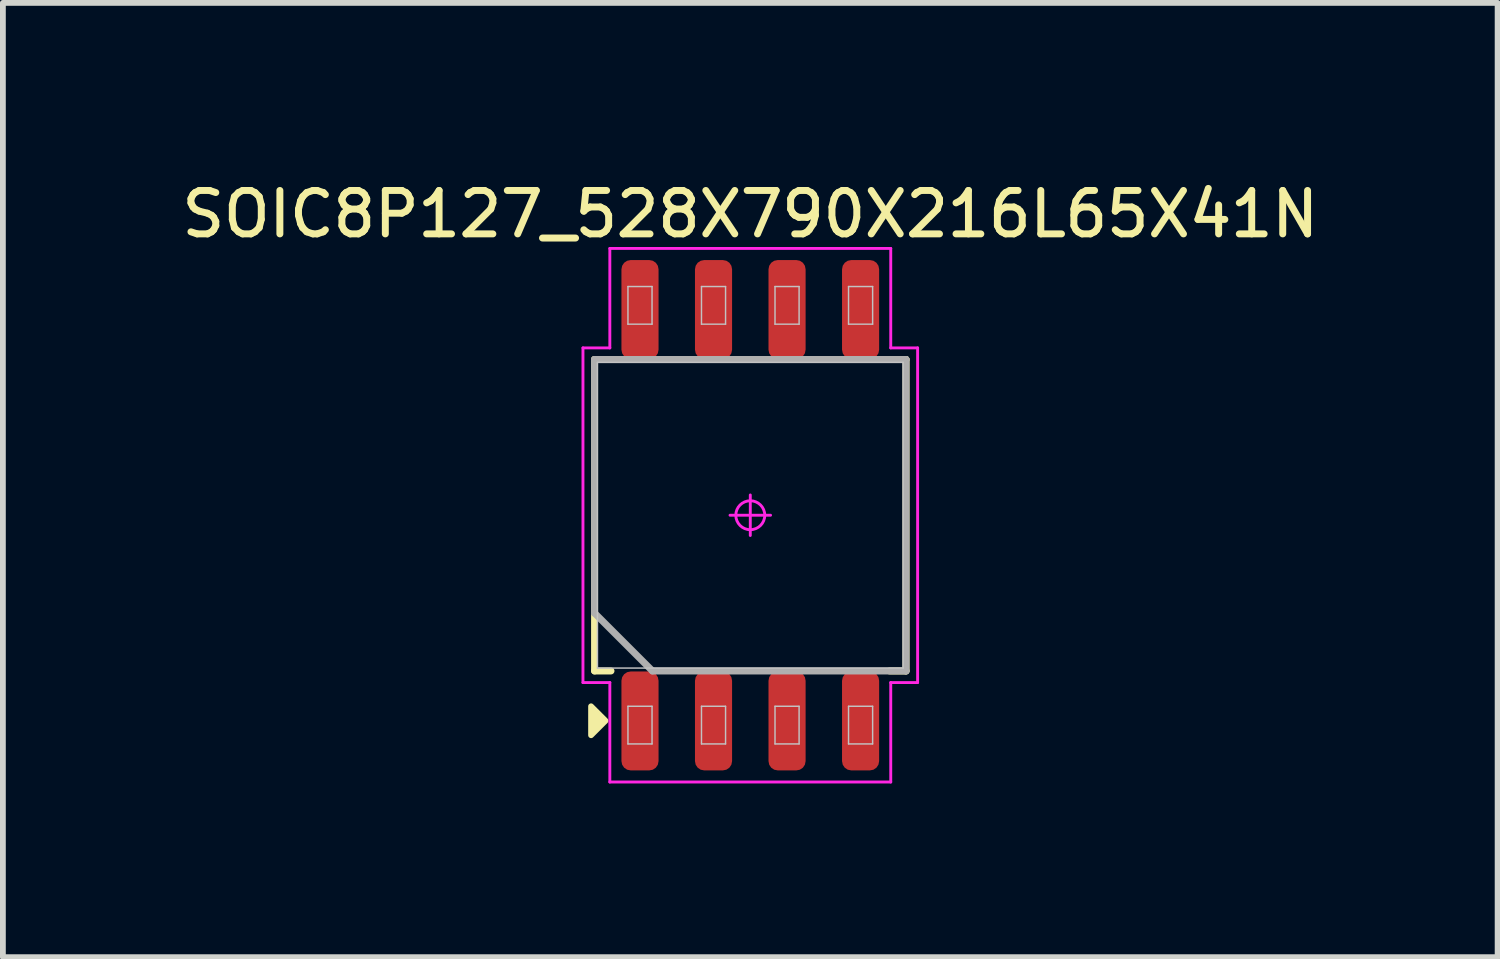
<source format=kicad_pcb>
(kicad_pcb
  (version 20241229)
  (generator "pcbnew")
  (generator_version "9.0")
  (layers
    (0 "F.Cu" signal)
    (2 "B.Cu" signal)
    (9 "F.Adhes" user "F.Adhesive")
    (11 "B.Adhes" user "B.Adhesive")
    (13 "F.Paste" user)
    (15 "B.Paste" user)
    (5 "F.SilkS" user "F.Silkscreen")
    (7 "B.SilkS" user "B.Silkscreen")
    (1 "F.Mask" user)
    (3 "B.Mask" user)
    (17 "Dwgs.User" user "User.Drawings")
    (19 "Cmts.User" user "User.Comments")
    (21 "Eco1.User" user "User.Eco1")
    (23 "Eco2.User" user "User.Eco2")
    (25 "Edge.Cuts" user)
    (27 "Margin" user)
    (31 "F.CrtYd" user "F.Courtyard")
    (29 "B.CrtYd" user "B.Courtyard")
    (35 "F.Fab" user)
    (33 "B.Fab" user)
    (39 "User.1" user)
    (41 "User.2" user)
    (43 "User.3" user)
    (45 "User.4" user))
  (footprint "SOIC8P127_528X790X216L65X41N"
    (layer "F.Cu")
    (at 9.909 5.849)
    (property "Reference" "SOIC8P127_528X790X216L65X41N" (at 0 -5.2 0) (layer "F.SilkS") (effects (font (size 0.75 0.75) (thickness 0.12))))
    (attr smd)
    (fp_line (start -2.69 -2.69) (end -2.406 -2.69) (stroke (width 0.12) (type solid)) (layer "F.SilkS"))
    (fp_line (start -2.69 2.69) (end -2.69 -2.69) (stroke (width 0.12) (type solid)) (layer "F.SilkS"))
    (fp_line (start -2.406 2.69) (end -2.69 2.69) (stroke (width 0.12) (type solid)) (layer "F.SilkS"))
    (fp_line (start 2.406 2.69) (end 2.69 2.69) (stroke (width 0.12) (type solid)) (layer "F.SilkS"))
    (fp_line (start 2.69 -2.69) (end 2.406 -2.69) (stroke (width 0.12) (type solid)) (layer "F.SilkS"))
    (fp_line (start 2.69 2.69) (end 2.69 -2.69) (stroke (width 0.12) (type solid)) (layer "F.SilkS"))
    (fp_poly (pts (xy -2.5 3.55) (xy -2.75 3.8) (xy -2.75 3.3)) (stroke (width 0.1) (type solid)) (fill yes) (layer "F.SilkS"))
    (fp_line (start -2.64 -2.64) (end 2.64 -2.64) (stroke (width 0.025) (type solid)) (layer "Dwgs.User"))
    (fp_line (start -2.64 2.64) (end -2.64 -2.64) (stroke (width 0.025) (type solid)) (layer "Dwgs.User"))
    (fp_line (start -2.113 -3.95) (end -1.697 -3.95) (stroke (width 0.025) (type solid)) (layer "Dwgs.User"))
    (fp_line (start -2.113 -3.3) (end -2.113 -3.95) (stroke (width 0.025) (type solid)) (layer "Dwgs.User"))
    (fp_line (start -2.113 3.3) (end -1.697 3.3) (stroke (width 0.025) (type solid)) (layer "Dwgs.User"))
    (fp_line (start -2.113 3.95) (end -2.113 3.3) (stroke (width 0.025) (type solid)) (layer "Dwgs.User"))
    (fp_line (start -1.697 -3.95) (end -1.697 -3.3) (stroke (width 0.025) (type solid)) (layer "Dwgs.User"))
    (fp_line (start -1.697 -3.3) (end -2.113 -3.3) (stroke (width 0.025) (type solid)) (layer "Dwgs.User"))
    (fp_line (start -1.697 3.3) (end -1.697 3.95) (stroke (width 0.025) (type solid)) (layer "Dwgs.User"))
    (fp_line (start -1.697 3.95) (end -2.113 3.95) (stroke (width 0.025) (type solid)) (layer "Dwgs.User"))
    (fp_line (start -0.843 -3.95) (end -0.427 -3.95) (stroke (width 0.025) (type solid)) (layer "Dwgs.User"))
    (fp_line (start -0.843 -3.3) (end -0.843 -3.95) (stroke (width 0.025) (type solid)) (layer "Dwgs.User"))
    (fp_line (start -0.843 3.3) (end -0.427 3.3) (stroke (width 0.025) (type solid)) (layer "Dwgs.User"))
    (fp_line (start -0.843 3.95) (end -0.843 3.3) (stroke (width 0.025) (type solid)) (layer "Dwgs.User"))
    (fp_line (start -0.427 -3.95) (end -0.427 -3.3) (stroke (width 0.025) (type solid)) (layer "Dwgs.User"))
    (fp_line (start -0.427 -3.3) (end -0.843 -3.3) (stroke (width 0.025) (type solid)) (layer "Dwgs.User"))
    (fp_line (start -0.427 3.3) (end -0.427 3.95) (stroke (width 0.025) (type solid)) (layer "Dwgs.User"))
    (fp_line (start -0.427 3.95) (end -0.843 3.95) (stroke (width 0.025) (type solid)) (layer "Dwgs.User"))
    (fp_line (start 0.427 -3.95) (end 0.843 -3.95) (stroke (width 0.025) (type solid)) (layer "Dwgs.User"))
    (fp_line (start 0.427 -3.3) (end 0.427 -3.95) (stroke (width 0.025) (type solid)) (layer "Dwgs.User"))
    (fp_line (start 0.427 3.3) (end 0.843 3.3) (stroke (width 0.025) (type solid)) (layer "Dwgs.User"))
    (fp_line (start 0.427 3.95) (end 0.427 3.3) (stroke (width 0.025) (type solid)) (layer "Dwgs.User"))
    (fp_line (start 0.843 -3.95) (end 0.843 -3.3) (stroke (width 0.025) (type solid)) (layer "Dwgs.User"))
    (fp_line (start 0.843 -3.3) (end 0.427 -3.3) (stroke (width 0.025) (type solid)) (layer "Dwgs.User"))
    (fp_line (start 0.843 3.3) (end 0.843 3.95) (stroke (width 0.025) (type solid)) (layer "Dwgs.User"))
    (fp_line (start 0.843 3.95) (end 0.427 3.95) (stroke (width 0.025) (type solid)) (layer "Dwgs.User"))
    (fp_line (start 1.697 -3.95) (end 2.113 -3.95) (stroke (width 0.025) (type solid)) (layer "Dwgs.User"))
    (fp_line (start 1.697 -3.3) (end 1.697 -3.95) (stroke (width 0.025) (type solid)) (layer "Dwgs.User"))
    (fp_line (start 1.697 3.3) (end 2.113 3.3) (stroke (width 0.025) (type solid)) (layer "Dwgs.User"))
    (fp_line (start 1.697 3.95) (end 1.697 3.3) (stroke (width 0.025) (type solid)) (layer "Dwgs.User"))
    (fp_line (start 2.113 -3.95) (end 2.113 -3.3) (stroke (width 0.025) (type solid)) (layer "Dwgs.User"))
    (fp_line (start 2.113 -3.3) (end 1.697 -3.3) (stroke (width 0.025) (type solid)) (layer "Dwgs.User"))
    (fp_line (start 2.113 3.3) (end 2.113 3.95) (stroke (width 0.025) (type solid)) (layer "Dwgs.User"))
    (fp_line (start 2.113 3.95) (end 1.697 3.95) (stroke (width 0.025) (type solid)) (layer "Dwgs.User"))
    (fp_line (start 2.64 -2.64) (end 2.64 2.64) (stroke (width 0.025) (type solid)) (layer "Dwgs.User"))
    (fp_line (start 2.64 2.64) (end -2.64 2.64) (stroke (width 0.025) (type solid)) (layer "Dwgs.User"))
    (fp_line (start -2.89 -2.89) (end -2.89 2.89) (stroke (width 0.05) (type solid)) (layer "F.CrtYd"))
    (fp_line (start -2.89 2.89) (end -2.426 2.89) (stroke (width 0.05) (type solid)) (layer "F.CrtYd"))
    (fp_line (start -2.426 -4.608) (end -2.426 -2.89) (stroke (width 0.05) (type solid)) (layer "F.CrtYd"))
    (fp_line (start -2.426 -2.89) (end -2.89 -2.89) (stroke (width 0.05) (type solid)) (layer "F.CrtYd"))
    (fp_line (start -2.426 2.89) (end -2.426 4.608) (stroke (width 0.05) (type solid)) (layer "F.CrtYd"))
    (fp_line (start -2.426 4.608) (end 2.426 4.608) (stroke (width 0.05) (type solid)) (layer "F.CrtYd"))
    (fp_line (start -0.35 0) (end 0.35 0) (stroke (width 0.05) (type solid)) (layer "F.CrtYd"))
    (fp_line (start 0 -0.35) (end 0 0.35) (stroke (width 0.05) (type solid)) (layer "F.CrtYd"))
    (fp_line (start 2.426 -4.608) (end -2.426 -4.608) (stroke (width 0.05) (type solid)) (layer "F.CrtYd"))
    (fp_line (start 2.426 -2.89) (end 2.426 -4.608) (stroke (width 0.05) (type solid)) (layer "F.CrtYd"))
    (fp_line (start 2.426 2.89) (end 2.89 2.89) (stroke (width 0.05) (type solid)) (layer "F.CrtYd"))
    (fp_line (start 2.426 4.608) (end 2.426 2.89) (stroke (width 0.05) (type solid)) (layer "F.CrtYd"))
    (fp_line (start 2.89 -2.89) (end 2.426 -2.89) (stroke (width 0.05) (type solid)) (layer "F.CrtYd"))
    (fp_line (start 2.89 2.89) (end 2.89 -2.89) (stroke (width 0.05) (type solid)) (layer "F.CrtYd"))
    (fp_circle (center 0 0) (end 0 0.25) (stroke (width 0.05) (type solid)) (fill no) (layer "F.CrtYd"))
    (fp_line (start -2.69 -2.69) (end 2.69 -2.69) (stroke (width 0.12) (type solid)) (layer "F.Fab"))
    (fp_line (start -2.69 1.69) (end -2.69 -2.69) (stroke (width 0.12) (type solid)) (layer "F.Fab"))
    (fp_line (start -1.69 2.69) (end -2.69 1.69) (stroke (width 0.12) (type solid)) (layer "F.Fab"))
    (fp_line (start 2.69 -2.69) (end 2.69 2.69) (stroke (width 0.12) (type solid)) (layer "F.Fab"))
    (fp_line (start 2.69 2.69) (end -1.69 2.69) (stroke (width 0.12) (type solid)) (layer "F.Fab"))
    (pad "1" smd roundrect (at -1.905 3.553 90) (size 1.709 0.641) (layers "F.Cu" "F.Mask" "F.Paste") (roundrect_rratio 0.25))
    (pad "2" smd roundrect (at -0.635 3.553 90) (size 1.709 0.641) (layers "F.Cu" "F.Mask" "F.Paste") (roundrect_rratio 0.25))
    (pad "3" smd roundrect (at 0.635 3.553 90) (size 1.709 0.641) (layers "F.Cu" "F.Mask" "F.Paste") (roundrect_rratio 0.25))
    (pad "4" smd roundrect (at 1.905 3.553 90) (size 1.709 0.641) (layers "F.Cu" "F.Mask" "F.Paste") (roundrect_rratio 0.25))
    (pad "5" smd roundrect (at 1.905 -3.553 90) (size 1.709 0.641) (layers "F.Cu" "F.Mask" "F.Paste") (roundrect_rratio 0.25))
    (pad "6" smd roundrect (at 0.635 -3.553 90) (size 1.709 0.641) (layers "F.Cu" "F.Mask" "F.Paste") (roundrect_rratio 0.25))
    (pad "7" smd roundrect (at -0.635 -3.553 90) (size 1.709 0.641) (layers "F.Cu" "F.Mask" "F.Paste") (roundrect_rratio 0.25))
    (pad "8" smd roundrect (at -1.905 -3.553 90) (size 1.709 0.641) (layers "F.Cu" "F.Mask" "F.Paste") (roundrect_rratio 0.25)))
  (gr_rect
    (start -3 -3)
    (end 22.817 13.482)
    (stroke (width 0.1) (type default))
    (fill no)
    (layer "Edge.Cuts")))
</source>
